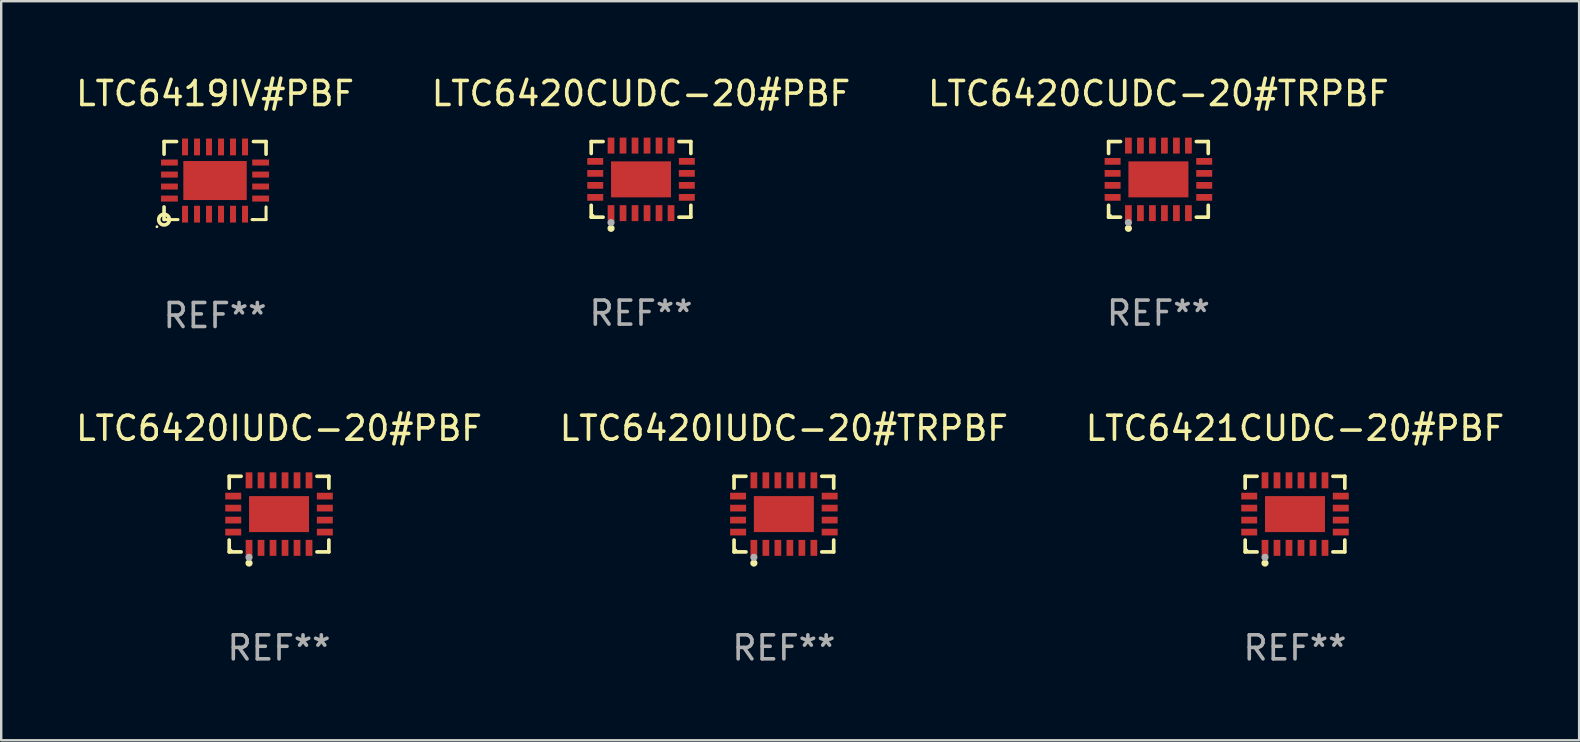
<source format=kicad_pcb>
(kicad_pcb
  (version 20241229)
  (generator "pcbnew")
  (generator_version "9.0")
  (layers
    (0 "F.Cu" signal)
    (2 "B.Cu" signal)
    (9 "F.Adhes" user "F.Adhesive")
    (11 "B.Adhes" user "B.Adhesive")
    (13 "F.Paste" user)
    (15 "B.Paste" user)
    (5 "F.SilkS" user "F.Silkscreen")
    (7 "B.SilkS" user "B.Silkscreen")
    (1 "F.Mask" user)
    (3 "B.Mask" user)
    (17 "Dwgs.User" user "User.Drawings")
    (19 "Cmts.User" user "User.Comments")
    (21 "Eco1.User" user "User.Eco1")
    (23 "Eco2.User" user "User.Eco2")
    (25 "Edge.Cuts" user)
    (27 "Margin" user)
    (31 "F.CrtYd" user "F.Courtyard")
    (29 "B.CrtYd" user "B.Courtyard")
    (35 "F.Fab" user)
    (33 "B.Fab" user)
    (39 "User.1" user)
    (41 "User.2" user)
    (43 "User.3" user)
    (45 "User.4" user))
  (footprint "LTC6420IUDC-20#TRPBF"
    (layer "F.Cu")
    (at 29.613 18.372)
    (property "Reference" "LTC6420IUDC-20#TRPBF" (at 0 -3.576 0) (layer "F.SilkS") (effects (font (size 1 1) (thickness 0.15))))
    (attr through_hole)
    (fp_line (start -2.076 -1.576) (end -1.58 -1.576) (stroke (width 0.152) (type solid)) (layer "F.SilkS"))
    (fp_line (start -2.076 -1.08) (end -2.076 -1.576) (stroke (width 0.152) (type solid)) (layer "F.SilkS"))
    (fp_line (start -2.076 1.08) (end -2.076 1.576) (stroke (width 0.152) (type solid)) (layer "F.SilkS"))
    (fp_line (start -2.076 1.576) (end -1.58 1.576) (stroke (width 0.152) (type solid)) (layer "F.SilkS"))
    (fp_line (start 2.076 -1.576) (end 1.58 -1.576) (stroke (width 0.152) (type solid)) (layer "F.SilkS"))
    (fp_line (start 2.076 -1.08) (end 2.076 -1.576) (stroke (width 0.152) (type solid)) (layer "F.SilkS"))
    (fp_line (start 2.076 1.08) (end 2.076 1.576) (stroke (width 0.152) (type solid)) (layer "F.SilkS"))
    (fp_line (start 2.076 1.576) (end 1.58 1.576) (stroke (width 0.152) (type solid)) (layer "F.SilkS"))
    (fp_circle (center -2 1.5) (end -1.97 1.5) (stroke (width 0.06) (type solid)) (fill no) (layer "F.SilkS"))
    (fp_circle (center -1.25 2.04) (end -1.175 2.04) (stroke (width 0.15) (type solid)) (fill no) (layer "F.SilkS"))
    (fp_circle (center -1.25 1.8) (end -1.175 1.8) (stroke (width 0.15) (type solid)) (fill no) (layer "F.Fab"))
    (fp_text user "REF**" (at 0 5.576 0) (layer "F.Fab") (effects (font (size 1 1) (thickness 0.15))))
    (pad "1" smd rect (at -1.25 1.407) (size 0.28 0.665) (layers "F.Cu" "F.Mask" "F.Paste"))
    (pad "2" smd rect (at -0.75 1.407) (size 0.28 0.665) (layers "F.Cu" "F.Mask" "F.Paste"))
    (pad "3" smd rect (at -0.25 1.407) (size 0.28 0.665) (layers "F.Cu" "F.Mask" "F.Paste"))
    (pad "4" smd rect (at 0.25 1.407) (size 0.28 0.665) (layers "F.Cu" "F.Mask" "F.Paste"))
    (pad "5" smd rect (at 0.75 1.407) (size 0.28 0.665) (layers "F.Cu" "F.Mask" "F.Paste"))
    (pad "6" smd rect (at 1.25 1.407) (size 0.28 0.665) (layers "F.Cu" "F.Mask" "F.Paste"))
    (pad "7" smd rect (at 1.908 0.75) (size 0.665 0.28) (layers "F.Cu" "F.Mask" "F.Paste"))
    (pad "8" smd rect (at 1.908 0.25) (size 0.665 0.28) (layers "F.Cu" "F.Mask" "F.Paste"))
    (pad "9" smd rect (at 1.908 -0.25) (size 0.665 0.28) (layers "F.Cu" "F.Mask" "F.Paste"))
    (pad "10" smd rect (at 1.908 -0.75) (size 0.665 0.28) (layers "F.Cu" "F.Mask" "F.Paste"))
    (pad "11" smd rect (at 1.25 -1.407) (size 0.28 0.665) (layers "F.Cu" "F.Mask" "F.Paste"))
    (pad "12" smd rect (at 0.75 -1.407) (size 0.28 0.665) (layers "F.Cu" "F.Mask" "F.Paste"))
    (pad "13" smd rect (at 0.25 -1.407) (size 0.28 0.665) (layers "F.Cu" "F.Mask" "F.Paste"))
    (pad "14" smd rect (at -0.25 -1.407) (size 0.28 0.665) (layers "F.Cu" "F.Mask" "F.Paste"))
    (pad "15" smd rect (at -0.75 -1.407) (size 0.28 0.665) (layers "F.Cu" "F.Mask" "F.Paste"))
    (pad "16" smd rect (at -1.25 -1.407) (size 0.28 0.665) (layers "F.Cu" "F.Mask" "F.Paste"))
    (pad "17" smd rect (at -1.908 -0.75) (size 0.665 0.28) (layers "F.Cu" "F.Mask" "F.Paste"))
    (pad "18" smd rect (at -1.908 -0.25) (size 0.665 0.28) (layers "F.Cu" "F.Mask" "F.Paste"))
    (pad "19" smd rect (at -1.908 0.25) (size 0.665 0.28) (layers "F.Cu" "F.Mask" "F.Paste"))
    (pad "20" smd rect (at -1.908 0.75) (size 0.665 0.28) (layers "F.Cu" "F.Mask" "F.Paste"))
    (pad "21" smd rect (at 0 0) (size 2.5 1.5) (layers "F.Cu" "F.Mask" "F.Paste")))
  (footprint "LTC6420CUDC-20#TRPBF"
    (layer "F.Cu")
    (at 45.22 4.424)
    (property "Reference" "LTC6420CUDC-20#TRPBF" (at 0 -3.576 0) (layer "F.SilkS") (effects (font (size 1 1) (thickness 0.15))))
    (attr through_hole)
    (fp_line (start -2.076 -1.576) (end -1.58 -1.576) (stroke (width 0.152) (type solid)) (layer "F.SilkS"))
    (fp_line (start -2.076 -1.08) (end -2.076 -1.576) (stroke (width 0.152) (type solid)) (layer "F.SilkS"))
    (fp_line (start -2.076 1.08) (end -2.076 1.576) (stroke (width 0.152) (type solid)) (layer "F.SilkS"))
    (fp_line (start -2.076 1.576) (end -1.58 1.576) (stroke (width 0.152) (type solid)) (layer "F.SilkS"))
    (fp_line (start 2.076 -1.576) (end 1.58 -1.576) (stroke (width 0.152) (type solid)) (layer "F.SilkS"))
    (fp_line (start 2.076 -1.08) (end 2.076 -1.576) (stroke (width 0.152) (type solid)) (layer "F.SilkS"))
    (fp_line (start 2.076 1.08) (end 2.076 1.576) (stroke (width 0.152) (type solid)) (layer "F.SilkS"))
    (fp_line (start 2.076 1.576) (end 1.58 1.576) (stroke (width 0.152) (type solid)) (layer "F.SilkS"))
    (fp_circle (center -2 1.5) (end -1.97 1.5) (stroke (width 0.06) (type solid)) (fill no) (layer "F.SilkS"))
    (fp_circle (center -1.25 2.04) (end -1.175 2.04) (stroke (width 0.15) (type solid)) (fill no) (layer "F.SilkS"))
    (fp_circle (center -1.25 1.8) (end -1.175 1.8) (stroke (width 0.15) (type solid)) (fill no) (layer "F.Fab"))
    (fp_text user "REF**" (at 0 5.576 0) (layer "F.Fab") (effects (font (size 1 1) (thickness 0.15))))
    (pad "1" smd rect (at -1.25 1.407) (size 0.28 0.665) (layers "F.Cu" "F.Mask" "F.Paste"))
    (pad "2" smd rect (at -0.75 1.407) (size 0.28 0.665) (layers "F.Cu" "F.Mask" "F.Paste"))
    (pad "3" smd rect (at -0.25 1.407) (size 0.28 0.665) (layers "F.Cu" "F.Mask" "F.Paste"))
    (pad "4" smd rect (at 0.25 1.407) (size 0.28 0.665) (layers "F.Cu" "F.Mask" "F.Paste"))
    (pad "5" smd rect (at 0.75 1.407) (size 0.28 0.665) (layers "F.Cu" "F.Mask" "F.Paste"))
    (pad "6" smd rect (at 1.25 1.407) (size 0.28 0.665) (layers "F.Cu" "F.Mask" "F.Paste"))
    (pad "7" smd rect (at 1.908 0.75) (size 0.665 0.28) (layers "F.Cu" "F.Mask" "F.Paste"))
    (pad "8" smd rect (at 1.908 0.25) (size 0.665 0.28) (layers "F.Cu" "F.Mask" "F.Paste"))
    (pad "9" smd rect (at 1.908 -0.25) (size 0.665 0.28) (layers "F.Cu" "F.Mask" "F.Paste"))
    (pad "10" smd rect (at 1.908 -0.75) (size 0.665 0.28) (layers "F.Cu" "F.Mask" "F.Paste"))
    (pad "11" smd rect (at 1.25 -1.407) (size 0.28 0.665) (layers "F.Cu" "F.Mask" "F.Paste"))
    (pad "12" smd rect (at 0.75 -1.407) (size 0.28 0.665) (layers "F.Cu" "F.Mask" "F.Paste"))
    (pad "13" smd rect (at 0.25 -1.407) (size 0.28 0.665) (layers "F.Cu" "F.Mask" "F.Paste"))
    (pad "14" smd rect (at -0.25 -1.407) (size 0.28 0.665) (layers "F.Cu" "F.Mask" "F.Paste"))
    (pad "15" smd rect (at -0.75 -1.407) (size 0.28 0.665) (layers "F.Cu" "F.Mask" "F.Paste"))
    (pad "16" smd rect (at -1.25 -1.407) (size 0.28 0.665) (layers "F.Cu" "F.Mask" "F.Paste"))
    (pad "17" smd rect (at -1.908 -0.75) (size 0.665 0.28) (layers "F.Cu" "F.Mask" "F.Paste"))
    (pad "18" smd rect (at -1.908 -0.25) (size 0.665 0.28) (layers "F.Cu" "F.Mask" "F.Paste"))
    (pad "19" smd rect (at -1.908 0.25) (size 0.665 0.28) (layers "F.Cu" "F.Mask" "F.Paste"))
    (pad "20" smd rect (at -1.908 0.75) (size 0.665 0.28) (layers "F.Cu" "F.Mask" "F.Paste"))
    (pad "21" smd rect (at 0 0) (size 2.5 1.5) (layers "F.Cu" "F.Mask" "F.Paste")))
  (footprint "LTC6420IUDC-20#PBF"
    (layer "F.Cu")
    (at 8.577 18.372)
    (property "Reference" "LTC6420IUDC-20#PBF" (at 0 -3.576 0) (layer "F.SilkS") (effects (font (size 1 1) (thickness 0.15))))
    (attr through_hole)
    (fp_line (start -2.076 -1.576) (end -1.58 -1.576) (stroke (width 0.152) (type solid)) (layer "F.SilkS"))
    (fp_line (start -2.076 -1.08) (end -2.076 -1.576) (stroke (width 0.152) (type solid)) (layer "F.SilkS"))
    (fp_line (start -2.076 1.08) (end -2.076 1.576) (stroke (width 0.152) (type solid)) (layer "F.SilkS"))
    (fp_line (start -2.076 1.576) (end -1.58 1.576) (stroke (width 0.152) (type solid)) (layer "F.SilkS"))
    (fp_line (start 2.076 -1.576) (end 1.58 -1.576) (stroke (width 0.152) (type solid)) (layer "F.SilkS"))
    (fp_line (start 2.076 -1.08) (end 2.076 -1.576) (stroke (width 0.152) (type solid)) (layer "F.SilkS"))
    (fp_line (start 2.076 1.08) (end 2.076 1.576) (stroke (width 0.152) (type solid)) (layer "F.SilkS"))
    (fp_line (start 2.076 1.576) (end 1.58 1.576) (stroke (width 0.152) (type solid)) (layer "F.SilkS"))
    (fp_circle (center -2 1.5) (end -1.97 1.5) (stroke (width 0.06) (type solid)) (fill no) (layer "F.SilkS"))
    (fp_circle (center -1.25 2.04) (end -1.175 2.04) (stroke (width 0.15) (type solid)) (fill no) (layer "F.SilkS"))
    (fp_circle (center -1.25 1.8) (end -1.175 1.8) (stroke (width 0.15) (type solid)) (fill no) (layer "F.Fab"))
    (fp_text user "REF**" (at 0 5.576 0) (layer "F.Fab") (effects (font (size 1 1) (thickness 0.15))))
    (pad "1" smd rect (at -1.25 1.407) (size 0.28 0.665) (layers "F.Cu" "F.Mask" "F.Paste"))
    (pad "2" smd rect (at -0.75 1.407) (size 0.28 0.665) (layers "F.Cu" "F.Mask" "F.Paste"))
    (pad "3" smd rect (at -0.25 1.407) (size 0.28 0.665) (layers "F.Cu" "F.Mask" "F.Paste"))
    (pad "4" smd rect (at 0.25 1.407) (size 0.28 0.665) (layers "F.Cu" "F.Mask" "F.Paste"))
    (pad "5" smd rect (at 0.75 1.407) (size 0.28 0.665) (layers "F.Cu" "F.Mask" "F.Paste"))
    (pad "6" smd rect (at 1.25 1.407) (size 0.28 0.665) (layers "F.Cu" "F.Mask" "F.Paste"))
    (pad "7" smd rect (at 1.908 0.75) (size 0.665 0.28) (layers "F.Cu" "F.Mask" "F.Paste"))
    (pad "8" smd rect (at 1.908 0.25) (size 0.665 0.28) (layers "F.Cu" "F.Mask" "F.Paste"))
    (pad "9" smd rect (at 1.908 -0.25) (size 0.665 0.28) (layers "F.Cu" "F.Mask" "F.Paste"))
    (pad "10" smd rect (at 1.908 -0.75) (size 0.665 0.28) (layers "F.Cu" "F.Mask" "F.Paste"))
    (pad "11" smd rect (at 1.25 -1.407) (size 0.28 0.665) (layers "F.Cu" "F.Mask" "F.Paste"))
    (pad "12" smd rect (at 0.75 -1.407) (size 0.28 0.665) (layers "F.Cu" "F.Mask" "F.Paste"))
    (pad "13" smd rect (at 0.25 -1.407) (size 0.28 0.665) (layers "F.Cu" "F.Mask" "F.Paste"))
    (pad "14" smd rect (at -0.25 -1.407) (size 0.28 0.665) (layers "F.Cu" "F.Mask" "F.Paste"))
    (pad "15" smd rect (at -0.75 -1.407) (size 0.28 0.665) (layers "F.Cu" "F.Mask" "F.Paste"))
    (pad "16" smd rect (at -1.25 -1.407) (size 0.28 0.665) (layers "F.Cu" "F.Mask" "F.Paste"))
    (pad "17" smd rect (at -1.908 -0.75) (size 0.665 0.28) (layers "F.Cu" "F.Mask" "F.Paste"))
    (pad "18" smd rect (at -1.908 -0.25) (size 0.665 0.28) (layers "F.Cu" "F.Mask" "F.Paste"))
    (pad "19" smd rect (at -1.908 0.25) (size 0.665 0.28) (layers "F.Cu" "F.Mask" "F.Paste"))
    (pad "20" smd rect (at -1.908 0.75) (size 0.665 0.28) (layers "F.Cu" "F.Mask" "F.Paste"))
    (pad "21" smd rect (at 0 0) (size 2.5 1.5) (layers "F.Cu" "F.Mask" "F.Paste")))
  (footprint "LTC6419IV#PBF"
    (layer "F.Cu")
    (at 5.911 4.474)
    (property "Reference" "LTC6419IV#PBF" (at 0 -3.626 0) (layer "F.SilkS") (effects (font (size 1 1) (thickness 0.15))))
    (attr through_hole)
    (fp_line (start -2.125 -1.626) (end -1.601 -1.626) (stroke (width 0.15) (type solid)) (layer "F.SilkS"))
    (fp_line (start -2.125 -1.1) (end -2.125 -1.626) (stroke (width 0.15) (type solid)) (layer "F.SilkS"))
    (fp_line (start -2.125 1.626) (end -2.125 1.1) (stroke (width 0.15) (type solid)) (layer "F.SilkS"))
    (fp_line (start -2.125 1.626) (end -1.544 1.626) (stroke (width 0.127) (type solid)) (layer "F.SilkS"))
    (fp_line (start 1.542 1.626) (end 1.629 1.626) (stroke (width 0.127) (type solid)) (layer "F.SilkS"))
    (fp_line (start 1.599 1.626) (end 2.125 1.626) (stroke (width 0.127) (type solid)) (layer "F.SilkS"))
    (fp_line (start 2.125 -1.626) (end 1.599 -1.626) (stroke (width 0.15) (type solid)) (layer "F.SilkS"))
    (fp_line (start 2.125 -1.1) (end 2.125 -1.626) (stroke (width 0.15) (type solid)) (layer "F.SilkS"))
    (fp_line (start 2.125 1.626) (end 2.125 1.1) (stroke (width 0.127) (type solid)) (layer "F.SilkS"))
    (fp_circle (center -2.422 1.923) (end -2.392 1.923) (stroke (width 0.06) (type solid)) (fill no) (layer "F.SilkS"))
    (fp_circle (center -2.125 1.626) (end -1.902 1.626) (stroke (width 0.15) (type solid)) (fill no) (layer "F.SilkS"))
    (fp_text user "REF**" (at 0 5.626 0) (layer "F.Fab") (effects (font (size 1 1) (thickness 0.15))))
    (pad "1" smd rect (at -1.251 1.4 90) (size 0.7 0.25) (layers "F.Cu" "F.Mask" "F.Paste"))
    (pad "2" smd rect (at -0.751 1.4 90) (size 0.7 0.25) (layers "F.Cu" "F.Mask" "F.Paste"))
    (pad "3" smd rect (at -0.251 1.4 90) (size 0.7 0.25) (layers "F.Cu" "F.Mask" "F.Paste"))
    (pad "4" smd rect (at 0.249 1.4 90) (size 0.7 0.25) (layers "F.Cu" "F.Mask" "F.Paste"))
    (pad "5" smd rect (at 0.749 1.4 90) (size 0.7 0.25) (layers "F.Cu" "F.Mask" "F.Paste"))
    (pad "6" smd rect (at 1.249 1.4 90) (size 0.7 0.25) (layers "F.Cu" "F.Mask" "F.Paste"))
    (pad "7" smd rect (at 1.899 0.75 180) (size 0.7 0.25) (layers "F.Cu" "F.Mask" "F.Paste"))
    (pad "8" smd rect (at 1.899 0.249 180) (size 0.7 0.25) (layers "F.Cu" "F.Mask" "F.Paste"))
    (pad "9" smd rect (at 1.899 -0.25 180) (size 0.7 0.25) (layers "F.Cu" "F.Mask" "F.Paste"))
    (pad "10" smd rect (at 1.899 -0.751 180) (size 0.7 0.25) (layers "F.Cu" "F.Mask" "F.Paste"))
    (pad "11" smd rect (at 1.249 -1.401 90) (size 0.7 0.25) (layers "F.Cu" "F.Mask" "F.Paste"))
    (pad "12" smd rect (at 0.749 -1.401 90) (size 0.7 0.25) (layers "F.Cu" "F.Mask" "F.Paste"))
    (pad "13" smd rect (at 0.249 -1.401 90) (size 0.7 0.25) (layers "F.Cu" "F.Mask" "F.Paste"))
    (pad "14" smd rect (at -0.251 -1.401 90) (size 0.7 0.25) (layers "F.Cu" "F.Mask" "F.Paste"))
    (pad "15" smd rect (at -0.751 -1.401 90) (size 0.7 0.25) (layers "F.Cu" "F.Mask" "F.Paste"))
    (pad "16" smd rect (at -1.251 -1.401 90) (size 0.7 0.25) (layers "F.Cu" "F.Mask" "F.Paste"))
    (pad "17" smd rect (at -1.901 -0.751 180) (size 0.7 0.25) (layers "F.Cu" "F.Mask" "F.Paste"))
    (pad "18" smd rect (at -1.901 -0.25 180) (size 0.7 0.25) (layers "F.Cu" "F.Mask" "F.Paste"))
    (pad "19" smd rect (at -1.901 0.249 180) (size 0.7 0.25) (layers "F.Cu" "F.Mask" "F.Paste"))
    (pad "20" smd rect (at -1.901 0.75 180) (size 0.7 0.25) (layers "F.Cu" "F.Mask" "F.Paste"))
    (pad "21" smd rect (at -0.001 -0.001) (size 2.642 1.626) (layers "F.Cu" "F.Mask" "F.Paste")))
  (footprint "LTC6421CUDC-20#PBF"
    (layer "F.Cu")
    (at 50.911 18.372)
    (property "Reference" "LTC6421CUDC-20#PBF" (at 0 -3.576 0) (layer "F.SilkS") (effects (font (size 1 1) (thickness 0.15))))
    (attr through_hole)
    (fp_line (start -2.076 -1.576) (end -1.58 -1.576) (stroke (width 0.152) (type solid)) (layer "F.SilkS"))
    (fp_line (start -2.076 -1.08) (end -2.076 -1.576) (stroke (width 0.152) (type solid)) (layer "F.SilkS"))
    (fp_line (start -2.076 1.08) (end -2.076 1.576) (stroke (width 0.152) (type solid)) (layer "F.SilkS"))
    (fp_line (start -2.076 1.576) (end -1.58 1.576) (stroke (width 0.152) (type solid)) (layer "F.SilkS"))
    (fp_line (start 2.076 -1.576) (end 1.58 -1.576) (stroke (width 0.152) (type solid)) (layer "F.SilkS"))
    (fp_line (start 2.076 -1.08) (end 2.076 -1.576) (stroke (width 0.152) (type solid)) (layer "F.SilkS"))
    (fp_line (start 2.076 1.08) (end 2.076 1.576) (stroke (width 0.152) (type solid)) (layer "F.SilkS"))
    (fp_line (start 2.076 1.576) (end 1.58 1.576) (stroke (width 0.152) (type solid)) (layer "F.SilkS"))
    (fp_circle (center -2 1.5) (end -1.97 1.5) (stroke (width 0.06) (type solid)) (fill no) (layer "F.SilkS"))
    (fp_circle (center -1.25 2.04) (end -1.175 2.04) (stroke (width 0.15) (type solid)) (fill no) (layer "F.SilkS"))
    (fp_circle (center -1.25 1.8) (end -1.175 1.8) (stroke (width 0.15) (type solid)) (fill no) (layer "F.Fab"))
    (fp_text user "REF**" (at 0 5.576 0) (layer "F.Fab") (effects (font (size 1 1) (thickness 0.15))))
    (pad "1" smd rect (at -1.25 1.407) (size 0.28 0.665) (layers "F.Cu" "F.Mask" "F.Paste"))
    (pad "2" smd rect (at -0.75 1.407) (size 0.28 0.665) (layers "F.Cu" "F.Mask" "F.Paste"))
    (pad "3" smd rect (at -0.25 1.407) (size 0.28 0.665) (layers "F.Cu" "F.Mask" "F.Paste"))
    (pad "4" smd rect (at 0.25 1.407) (size 0.28 0.665) (layers "F.Cu" "F.Mask" "F.Paste"))
    (pad "5" smd rect (at 0.75 1.407) (size 0.28 0.665) (layers "F.Cu" "F.Mask" "F.Paste"))
    (pad "6" smd rect (at 1.25 1.407) (size 0.28 0.665) (layers "F.Cu" "F.Mask" "F.Paste"))
    (pad "7" smd rect (at 1.908 0.75) (size 0.665 0.28) (layers "F.Cu" "F.Mask" "F.Paste"))
    (pad "8" smd rect (at 1.908 0.25) (size 0.665 0.28) (layers "F.Cu" "F.Mask" "F.Paste"))
    (pad "9" smd rect (at 1.908 -0.25) (size 0.665 0.28) (layers "F.Cu" "F.Mask" "F.Paste"))
    (pad "10" smd rect (at 1.908 -0.75) (size 0.665 0.28) (layers "F.Cu" "F.Mask" "F.Paste"))
    (pad "11" smd rect (at 1.25 -1.407) (size 0.28 0.665) (layers "F.Cu" "F.Mask" "F.Paste"))
    (pad "12" smd rect (at 0.75 -1.407) (size 0.28 0.665) (layers "F.Cu" "F.Mask" "F.Paste"))
    (pad "13" smd rect (at 0.25 -1.407) (size 0.28 0.665) (layers "F.Cu" "F.Mask" "F.Paste"))
    (pad "14" smd rect (at -0.25 -1.407) (size 0.28 0.665) (layers "F.Cu" "F.Mask" "F.Paste"))
    (pad "15" smd rect (at -0.75 -1.407) (size 0.28 0.665) (layers "F.Cu" "F.Mask" "F.Paste"))
    (pad "16" smd rect (at -1.25 -1.407) (size 0.28 0.665) (layers "F.Cu" "F.Mask" "F.Paste"))
    (pad "17" smd rect (at -1.908 -0.75) (size 0.665 0.28) (layers "F.Cu" "F.Mask" "F.Paste"))
    (pad "18" smd rect (at -1.908 -0.25) (size 0.665 0.28) (layers "F.Cu" "F.Mask" "F.Paste"))
    (pad "19" smd rect (at -1.908 0.25) (size 0.665 0.28) (layers "F.Cu" "F.Mask" "F.Paste"))
    (pad "20" smd rect (at -1.908 0.75) (size 0.665 0.28) (layers "F.Cu" "F.Mask" "F.Paste"))
    (pad "21" smd rect (at 0 0) (size 2.5 1.5) (layers "F.Cu" "F.Mask" "F.Paste")))
  (footprint "LTC6420CUDC-20#PBF"
    (layer "F.Cu")
    (at 23.661 4.424)
    (property "Reference" "LTC6420CUDC-20#PBF" (at 0 -3.576 0) (layer "F.SilkS") (effects (font (size 1 1) (thickness 0.15))))
    (attr through_hole)
    (fp_line (start -2.076 -1.576) (end -1.58 -1.576) (stroke (width 0.152) (type solid)) (layer "F.SilkS"))
    (fp_line (start -2.076 -1.08) (end -2.076 -1.576) (stroke (width 0.152) (type solid)) (layer "F.SilkS"))
    (fp_line (start -2.076 1.08) (end -2.076 1.576) (stroke (width 0.152) (type solid)) (layer "F.SilkS"))
    (fp_line (start -2.076 1.576) (end -1.58 1.576) (stroke (width 0.152) (type solid)) (layer "F.SilkS"))
    (fp_line (start 2.076 -1.576) (end 1.58 -1.576) (stroke (width 0.152) (type solid)) (layer "F.SilkS"))
    (fp_line (start 2.076 -1.08) (end 2.076 -1.576) (stroke (width 0.152) (type solid)) (layer "F.SilkS"))
    (fp_line (start 2.076 1.08) (end 2.076 1.576) (stroke (width 0.152) (type solid)) (layer "F.SilkS"))
    (fp_line (start 2.076 1.576) (end 1.58 1.576) (stroke (width 0.152) (type solid)) (layer "F.SilkS"))
    (fp_circle (center -2 1.5) (end -1.97 1.5) (stroke (width 0.06) (type solid)) (fill no) (layer "F.SilkS"))
    (fp_circle (center -1.25 2.04) (end -1.175 2.04) (stroke (width 0.15) (type solid)) (fill no) (layer "F.SilkS"))
    (fp_circle (center -1.25 1.8) (end -1.175 1.8) (stroke (width 0.15) (type solid)) (fill no) (layer "F.Fab"))
    (fp_text user "REF**" (at 0 5.576 0) (layer "F.Fab") (effects (font (size 1 1) (thickness 0.15))))
    (pad "1" smd rect (at -1.25 1.407) (size 0.28 0.665) (layers "F.Cu" "F.Mask" "F.Paste"))
    (pad "2" smd rect (at -0.75 1.407) (size 0.28 0.665) (layers "F.Cu" "F.Mask" "F.Paste"))
    (pad "3" smd rect (at -0.25 1.407) (size 0.28 0.665) (layers "F.Cu" "F.Mask" "F.Paste"))
    (pad "4" smd rect (at 0.25 1.407) (size 0.28 0.665) (layers "F.Cu" "F.Mask" "F.Paste"))
    (pad "5" smd rect (at 0.75 1.407) (size 0.28 0.665) (layers "F.Cu" "F.Mask" "F.Paste"))
    (pad "6" smd rect (at 1.25 1.407) (size 0.28 0.665) (layers "F.Cu" "F.Mask" "F.Paste"))
    (pad "7" smd rect (at 1.908 0.75) (size 0.665 0.28) (layers "F.Cu" "F.Mask" "F.Paste"))
    (pad "8" smd rect (at 1.908 0.25) (size 0.665 0.28) (layers "F.Cu" "F.Mask" "F.Paste"))
    (pad "9" smd rect (at 1.908 -0.25) (size 0.665 0.28) (layers "F.Cu" "F.Mask" "F.Paste"))
    (pad "10" smd rect (at 1.908 -0.75) (size 0.665 0.28) (layers "F.Cu" "F.Mask" "F.Paste"))
    (pad "11" smd rect (at 1.25 -1.407) (size 0.28 0.665) (layers "F.Cu" "F.Mask" "F.Paste"))
    (pad "12" smd rect (at 0.75 -1.407) (size 0.28 0.665) (layers "F.Cu" "F.Mask" "F.Paste"))
    (pad "13" smd rect (at 0.25 -1.407) (size 0.28 0.665) (layers "F.Cu" "F.Mask" "F.Paste"))
    (pad "14" smd rect (at -0.25 -1.407) (size 0.28 0.665) (layers "F.Cu" "F.Mask" "F.Paste"))
    (pad "15" smd rect (at -0.75 -1.407) (size 0.28 0.665) (layers "F.Cu" "F.Mask" "F.Paste"))
    (pad "16" smd rect (at -1.25 -1.407) (size 0.28 0.665) (layers "F.Cu" "F.Mask" "F.Paste"))
    (pad "17" smd rect (at -1.908 -0.75) (size 0.665 0.28) (layers "F.Cu" "F.Mask" "F.Paste"))
    (pad "18" smd rect (at -1.908 -0.25) (size 0.665 0.28) (layers "F.Cu" "F.Mask" "F.Paste"))
    (pad "19" smd rect (at -1.908 0.25) (size 0.665 0.28) (layers "F.Cu" "F.Mask" "F.Paste"))
    (pad "20" smd rect (at -1.908 0.75) (size 0.665 0.28) (layers "F.Cu" "F.Mask" "F.Paste"))
    (pad "21" smd rect (at 0 0) (size 2.5 1.5) (layers "F.Cu" "F.Mask" "F.Paste")))
  (gr_rect
    (start -3 -3)
    (end 62.75 27.797)
    (stroke (width 0.1) (type default))
    (fill no)
    (layer "Edge.Cuts")))
</source>
